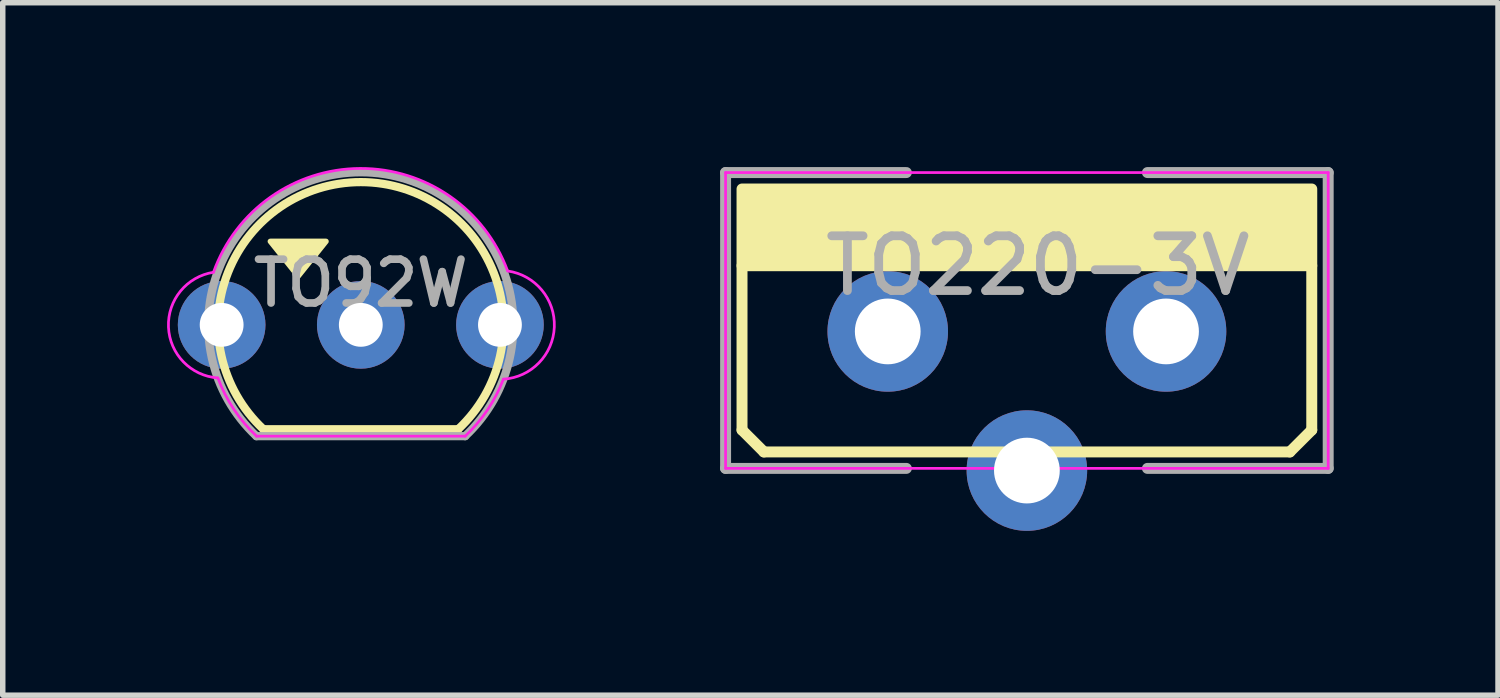
<source format=kicad_pcb>
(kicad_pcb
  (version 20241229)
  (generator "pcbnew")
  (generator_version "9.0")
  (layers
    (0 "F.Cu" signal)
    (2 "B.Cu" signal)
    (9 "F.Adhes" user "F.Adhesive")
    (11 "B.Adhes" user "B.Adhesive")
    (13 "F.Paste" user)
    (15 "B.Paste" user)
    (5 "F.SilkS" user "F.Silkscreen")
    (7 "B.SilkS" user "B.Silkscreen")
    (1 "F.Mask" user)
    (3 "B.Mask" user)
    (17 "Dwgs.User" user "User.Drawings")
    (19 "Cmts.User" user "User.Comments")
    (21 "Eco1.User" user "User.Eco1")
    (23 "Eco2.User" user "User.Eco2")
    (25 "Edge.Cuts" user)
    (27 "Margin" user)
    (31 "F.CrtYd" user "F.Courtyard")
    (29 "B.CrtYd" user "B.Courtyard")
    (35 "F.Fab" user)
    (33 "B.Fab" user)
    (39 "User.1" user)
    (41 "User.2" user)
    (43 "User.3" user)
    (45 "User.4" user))
  (footprint "TO92W"
    (layer "F.Cu")
    (at 3.536 2.88)
    (property "Reference" "TO92W" (at 0 -0.762 0) (layer "F.Fab") (effects (font (size 0.8 0.8) (thickness 0.14))))
    (attr through_hole)
    (fp_line (start 1.778 1.905) (end -1.778 1.905) (stroke (width 0.15) (type solid)) (layer "F.SilkS"))
    (fp_arc (start -1.779657 1.903452) (mid 0.001134 -2.605822) (end 1.778 1.905) (stroke (width 0.15) (type solid)) (layer "F.SilkS"))
    (fp_poly (pts (xy -1.143 -0.889) (xy -1.651 -1.524) (xy -0.635 -1.524)) (stroke (width 0.1) (type solid)) (fill yes) (layer "F.SilkS"))
    (fp_line (start -1.905 2.032) (end 1.905 2.032) (stroke (width 0.05) (type solid)) (layer "F.CrtYd"))
    (fp_arc (start -2.68898 -0.960163) (mid -0.012444 -2.855236) (end 2.680509 -0.983565) (stroke (width 0.05) (type solid)) (layer "F.CrtYd"))
    (fp_arc (start -2.609011 0.968991) (mid -3.51061 0.040278) (end -2.689058 -0.959942) (stroke (width 0.05) (type solid)) (layer "F.CrtYd"))
    (fp_arc (start -1.904558 2.029419) (mid -2.318233 1.540026) (end -2.609011 0.968991) (stroke (width 0.05) (type solid)) (layer "F.CrtYd"))
    (fp_arc (start 2.602971 0.991252) (mid 2.313274 1.551387) (end 1.904999 2.031999) (stroke (width 0.05) (type solid)) (layer "F.CrtYd"))
    (fp_arc (start 2.681247 -0.983461) (mid 3.532771 0.039406) (end 2.602852 0.991562) (stroke (width 0.05) (type solid)) (layer "F.CrtYd"))
    (fp_line (start -1.905 2.032) (end 1.905 2.032) (stroke (width 0.15) (type solid)) (layer "F.Fab"))
    (fp_arc (start -1.90483 2.032158) (mid -0.000116 -2.785326) (end 1.904999 2.031999) (stroke (width 0.15) (type solid)) (layer "F.Fab"))
    (pad "1" thru_hole circle (at -2.54 0) (size 1.6 1.6) (drill 0.8) (layers "*.Cu" "*.Mask"))
    (pad "2" thru_hole circle (at 0 0) (size 1.6 1.6) (drill 0.8) (layers "*.Cu" "*.Mask"))
    (pad "3" thru_hole circle (at 2.54 0) (size 1.6 1.6) (drill 0.8) (layers "*.Cu" "*.Mask")))
  (footprint "TO220-3V"
    (layer "F.Cu")
    (at 15.695 3)
    (property "Reference" "TO220-3V" (at 0.2 -1.2 0) (layer "F.Fab") (effects (font (size 1 1) (thickness 0.16))))
    (attr through_hole)
    (fp_line (start -5.2 -1.2) (end -5.2 1.8) (stroke (width 0.2) (type solid)) (layer "F.SilkS"))
    (fp_line (start -5.2 1.8) (end -4.8 2.2) (stroke (width 0.2) (type solid)) (layer "F.SilkS"))
    (fp_line (start -4.8 2.2) (end 4.8 2.2) (stroke (width 0.2) (type solid)) (layer "F.SilkS"))
    (fp_line (start 4.8 2.2) (end 5.2 1.8) (stroke (width 0.2) (type solid)) (layer "F.SilkS"))
    (fp_line (start 5.2 1.8) (end 5.2 -1.2) (stroke (width 0.2) (type solid)) (layer "F.SilkS"))
    (fp_poly (pts (xy 5.2 -1.2) (xy -5.2 -1.2) (xy -5.2 -2.6) (xy 5.2 -2.6)) (stroke (width 0.2) (type solid)) (fill yes) (layer "F.SilkS"))
    (fp_line (start -5.5 -2.9) (end -5.5 2.5) (stroke (width 0.05) (type solid)) (layer "F.CrtYd"))
    (fp_line (start -5.5 -2.9) (end 5.5 -2.9) (stroke (width 0.05) (type solid)) (layer "F.CrtYd"))
    (fp_line (start -5.5 2.5) (end 5.5 2.5) (stroke (width 0.05) (type solid)) (layer "F.CrtYd"))
    (fp_line (start 5.5 -2.9) (end 5.5 2.5) (stroke (width 0.05) (type solid)) (layer "F.CrtYd"))
    (fp_line (start -5.5 -2.9) (end -5.5 2.5) (stroke (width 0.2) (type solid)) (layer "F.Fab"))
    (fp_line (start -5.5 -2.9) (end -2.2 -2.9) (stroke (width 0.2) (type solid)) (layer "F.Fab"))
    (fp_line (start -5.5 2.5) (end -2.2 2.5) (stroke (width 0.2) (type solid)) (layer "F.Fab"))
    (fp_line (start 2.2 -2.9) (end 5.5 -2.9) (stroke (width 0.2) (type solid)) (layer "F.Fab"))
    (fp_line (start 2.2 2.5) (end 5.5 2.5) (stroke (width 0.2) (type solid)) (layer "F.Fab"))
    (fp_line (start 5.5 -2.9) (end 5.5 2.5) (stroke (width 0.2) (type solid)) (layer "F.Fab"))
    (pad "1" thru_hole circle (at -2.54 0) (size 2.2 2.2) (drill 1.2) (layers "*.Cu" "*.Mask"))
    (pad "2" thru_hole circle (at 0 2.54) (size 2.2 2.2) (drill 1.2) (layers "*.Cu" "*.Mask"))
    (pad "3" thru_hole circle (at 2.54 0) (size 2.2 2.2) (drill 1.2) (layers "*.Cu" "*.Mask")))
  (gr_rect
    (start -3 -3)
    (end 24.295 9.64)
    (stroke (width 0.1) (type default))
    (fill no)
    (layer "Edge.Cuts")))
</source>
